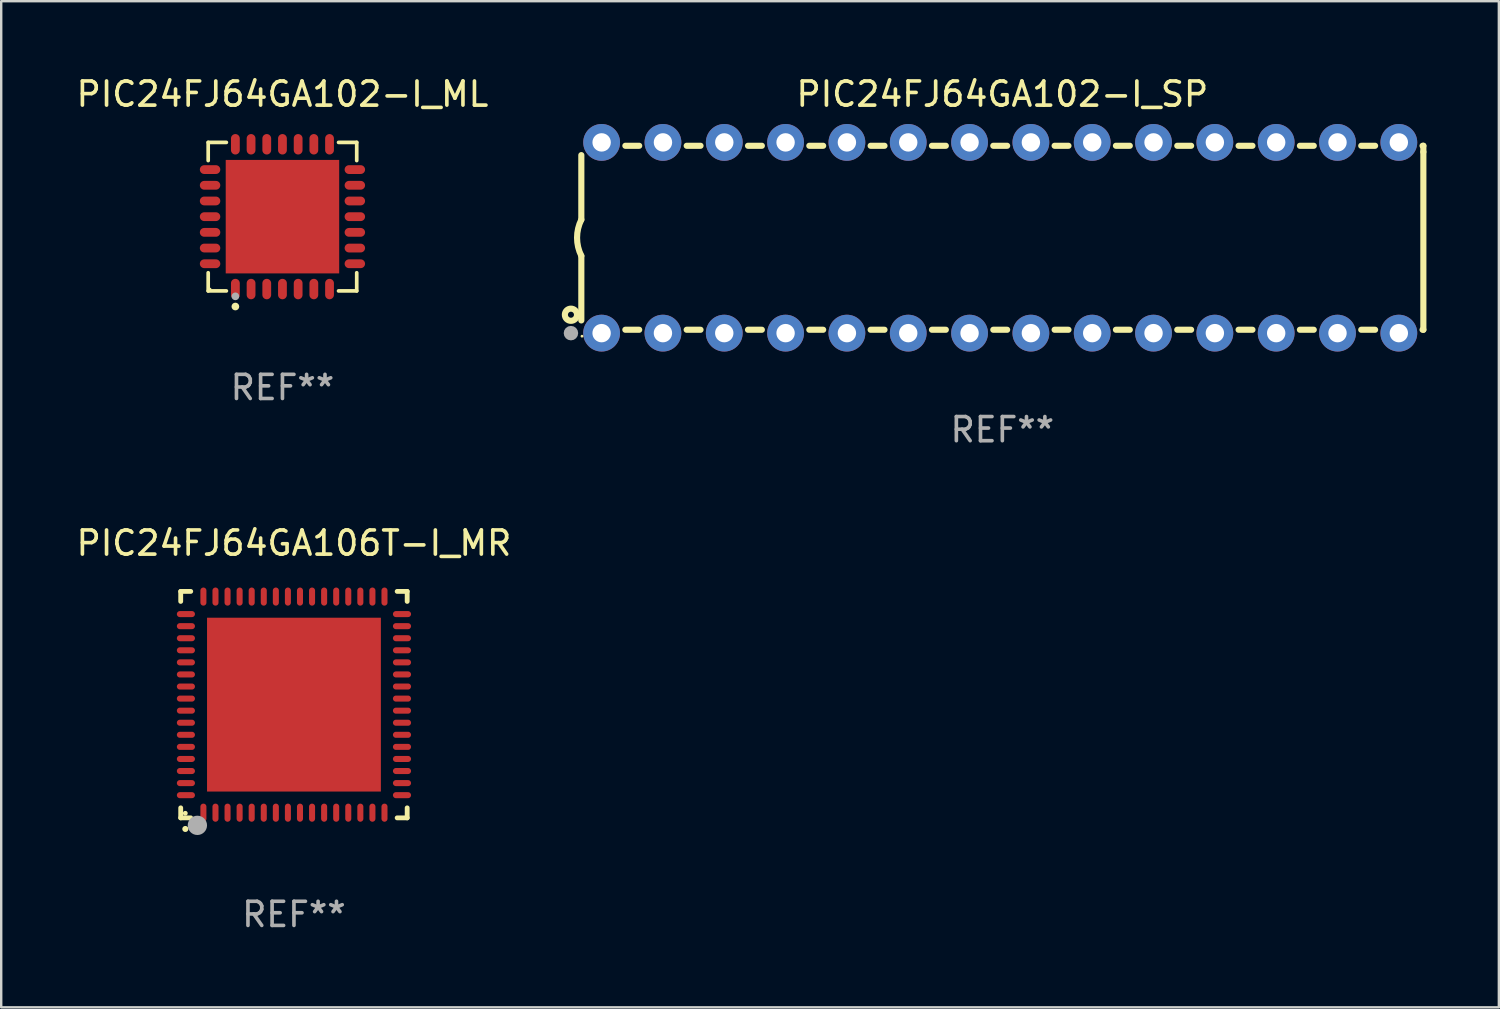
<source format=kicad_pcb>
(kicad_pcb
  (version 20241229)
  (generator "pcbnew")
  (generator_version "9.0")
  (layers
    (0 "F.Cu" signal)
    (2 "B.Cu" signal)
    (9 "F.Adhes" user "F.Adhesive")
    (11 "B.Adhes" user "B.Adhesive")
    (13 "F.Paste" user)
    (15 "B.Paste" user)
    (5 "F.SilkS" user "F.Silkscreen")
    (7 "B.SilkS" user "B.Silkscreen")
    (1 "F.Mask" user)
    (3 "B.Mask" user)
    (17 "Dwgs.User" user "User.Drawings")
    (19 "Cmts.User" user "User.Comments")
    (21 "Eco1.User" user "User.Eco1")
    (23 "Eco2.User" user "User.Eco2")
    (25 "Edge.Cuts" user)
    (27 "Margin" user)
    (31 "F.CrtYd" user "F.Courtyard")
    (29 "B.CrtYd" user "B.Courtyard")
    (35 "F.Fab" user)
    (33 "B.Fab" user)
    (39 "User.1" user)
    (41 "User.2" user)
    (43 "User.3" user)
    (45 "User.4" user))
  (footprint "PIC24FJ64GA102-I_ML"
    (layer "F.Cu")
    (at 8.649 5.924)
    (property "Reference" "PIC24FJ64GA102-I_ML" (at 0 -5.076 0) (layer "F.SilkS") (effects (font (size 1 1) (thickness 0.15))))
    (attr through_hole)
    (fp_line (start -3.076 -3.076) (end -2.323 -3.076) (stroke (width 0.152) (type solid)) (layer "F.SilkS"))
    (fp_line (start -3.076 -2.323) (end -3.076 -3.076) (stroke (width 0.152) (type solid)) (layer "F.SilkS"))
    (fp_line (start -3.076 2.323) (end -3.076 3.076) (stroke (width 0.152) (type solid)) (layer "F.SilkS"))
    (fp_line (start -3.076 3.076) (end -2.323 3.076) (stroke (width 0.152) (type solid)) (layer "F.SilkS"))
    (fp_line (start 3.076 -3.076) (end 2.323 -3.076) (stroke (width 0.152) (type solid)) (layer "F.SilkS"))
    (fp_line (start 3.076 -2.323) (end 3.076 -3.076) (stroke (width 0.152) (type solid)) (layer "F.SilkS"))
    (fp_line (start 3.076 2.323) (end 3.076 3.076) (stroke (width 0.152) (type solid)) (layer "F.SilkS"))
    (fp_line (start 3.076 3.076) (end 2.323 3.076) (stroke (width 0.152) (type solid)) (layer "F.SilkS"))
    (fp_circle (center -3 3) (end -2.97 3) (stroke (width 0.06) (type solid)) (fill no) (layer "F.SilkS"))
    (fp_circle (center -1.95 3.722) (end -1.87 3.722) (stroke (width 0.16) (type solid)) (fill no) (layer "F.SilkS"))
    (fp_circle (center -1.95 3.3) (end -1.87 3.3) (stroke (width 0.16) (type solid)) (fill no) (layer "F.Fab"))
    (fp_text user "REF**" (at 0 7.076 0) (layer "F.Fab") (effects (font (size 1 1) (thickness 0.15))))
    (pad "1" smd oval (at -1.95 2.998) (size 0.364 0.847) (layers "F.Cu" "F.Mask" "F.Paste"))
    (pad "2" smd oval (at -1.3 2.998) (size 0.364 0.847) (layers "F.Cu" "F.Mask" "F.Paste"))
    (pad "3" smd oval (at -0.65 2.998) (size 0.364 0.847) (layers "F.Cu" "F.Mask" "F.Paste"))
    (pad "4" smd oval (at 0 2.998) (size 0.364 0.847) (layers "F.Cu" "F.Mask" "F.Paste"))
    (pad "5" smd oval (at 0.65 2.998) (size 0.364 0.847) (layers "F.Cu" "F.Mask" "F.Paste"))
    (pad "6" smd oval (at 1.3 2.998) (size 0.364 0.847) (layers "F.Cu" "F.Mask" "F.Paste"))
    (pad "7" smd oval (at 1.95 2.998) (size 0.364 0.847) (layers "F.Cu" "F.Mask" "F.Paste"))
    (pad "8" smd oval (at 2.998 1.95) (size 0.847 0.364) (layers "F.Cu" "F.Mask" "F.Paste"))
    (pad "9" smd oval (at 2.998 1.3) (size 0.847 0.364) (layers "F.Cu" "F.Mask" "F.Paste"))
    (pad "10" smd oval (at 2.998 0.65) (size 0.847 0.364) (layers "F.Cu" "F.Mask" "F.Paste"))
    (pad "11" smd oval (at 2.998 0) (size 0.847 0.364) (layers "F.Cu" "F.Mask" "F.Paste"))
    (pad "12" smd oval (at 2.998 -0.65) (size 0.847 0.364) (layers "F.Cu" "F.Mask" "F.Paste"))
    (pad "13" smd oval (at 2.998 -1.3) (size 0.847 0.364) (layers "F.Cu" "F.Mask" "F.Paste"))
    (pad "14" smd oval (at 2.998 -1.95) (size 0.847 0.364) (layers "F.Cu" "F.Mask" "F.Paste"))
    (pad "15" smd oval (at 1.95 -2.998) (size 0.364 0.847) (layers "F.Cu" "F.Mask" "F.Paste"))
    (pad "16" smd oval (at 1.3 -2.998) (size 0.364 0.847) (layers "F.Cu" "F.Mask" "F.Paste"))
    (pad "17" smd oval (at 0.65 -2.998) (size 0.364 0.847) (layers "F.Cu" "F.Mask" "F.Paste"))
    (pad "18" smd oval (at 0 -2.998) (size 0.364 0.847) (layers "F.Cu" "F.Mask" "F.Paste"))
    (pad "19" smd oval (at -0.65 -2.998) (size 0.364 0.847) (layers "F.Cu" "F.Mask" "F.Paste"))
    (pad "20" smd oval (at -1.3 -2.998) (size 0.364 0.847) (layers "F.Cu" "F.Mask" "F.Paste"))
    (pad "21" smd oval (at -1.95 -2.998) (size 0.364 0.847) (layers "F.Cu" "F.Mask" "F.Paste"))
    (pad "22" smd oval (at -2.998 -1.95) (size 0.847 0.364) (layers "F.Cu" "F.Mask" "F.Paste"))
    (pad "23" smd oval (at -2.998 -1.3) (size 0.847 0.364) (layers "F.Cu" "F.Mask" "F.Paste"))
    (pad "24" smd oval (at -2.998 -0.65) (size 0.847 0.364) (layers "F.Cu" "F.Mask" "F.Paste"))
    (pad "25" smd oval (at -2.998 0) (size 0.847 0.364) (layers "F.Cu" "F.Mask" "F.Paste"))
    (pad "26" smd oval (at -2.998 0.65) (size 0.847 0.364) (layers "F.Cu" "F.Mask" "F.Paste"))
    (pad "27" smd oval (at -2.998 1.3) (size 0.847 0.364) (layers "F.Cu" "F.Mask" "F.Paste"))
    (pad "28" smd oval (at -2.998 1.95) (size 0.847 0.364) (layers "F.Cu" "F.Mask" "F.Paste"))
    (pad "29" smd rect (at 0 0) (size 4.7 4.7) (layers "F.Cu" "F.Mask" "F.Paste")))
  (footprint "PIC24FJ64GA102-I_SP"
    (layer "F.Cu")
    (at 38.466 6.798)
    (property "Reference" "PIC24FJ64GA102-I_SP" (at 0 -5.95 0) (layer "F.SilkS") (effects (font (size 1 1) (thickness 0.15))))
    (attr through_hole)
    (fp_line (start -17.438 0.75) (end -17.438 3.423) (stroke (width 0.254) (type solid)) (layer "F.SilkS"))
    (fp_line (start -17.438 -3.423) (end -17.438 -0.75) (stroke (width 0.254) (type solid)) (layer "F.SilkS"))
    (fp_line (start -15.615 3.81) (end -15.041 3.81) (stroke (width 0.254) (type solid)) (layer "F.SilkS"))
    (fp_line (start -15.041 -3.81) (end -15.614 -3.81) (stroke (width 0.254) (type solid)) (layer "F.SilkS"))
    (fp_line (start -13.075 3.81) (end -12.501 3.81) (stroke (width 0.254) (type solid)) (layer "F.SilkS"))
    (fp_line (start -12.501 -3.81) (end -13.074 -3.81) (stroke (width 0.254) (type solid)) (layer "F.SilkS"))
    (fp_line (start -10.535 3.81) (end -9.961 3.81) (stroke (width 0.254) (type solid)) (layer "F.SilkS"))
    (fp_line (start -9.961 -3.81) (end -10.534 -3.81) (stroke (width 0.254) (type solid)) (layer "F.SilkS"))
    (fp_line (start -7.995 3.81) (end -7.421 3.81) (stroke (width 0.254) (type solid)) (layer "F.SilkS"))
    (fp_line (start -7.421 -3.81) (end -7.995 -3.81) (stroke (width 0.254) (type solid)) (layer "F.SilkS"))
    (fp_line (start -5.455 3.81) (end -4.881 3.81) (stroke (width 0.254) (type solid)) (layer "F.SilkS"))
    (fp_line (start -4.881 -3.81) (end -5.455 -3.81) (stroke (width 0.254) (type solid)) (layer "F.SilkS"))
    (fp_line (start -2.915 3.81) (end -2.341 3.81) (stroke (width 0.254) (type solid)) (layer "F.SilkS"))
    (fp_line (start -2.341 -3.81) (end -2.915 -3.81) (stroke (width 0.254) (type solid)) (layer "F.SilkS"))
    (fp_line (start -0.375 3.81) (end 0.199 3.81) (stroke (width 0.254) (type solid)) (layer "F.SilkS"))
    (fp_line (start 0.199 -3.81) (end -0.375 -3.81) (stroke (width 0.254) (type solid)) (layer "F.SilkS"))
    (fp_line (start 2.165 3.81) (end 2.739 3.81) (stroke (width 0.254) (type solid)) (layer "F.SilkS"))
    (fp_line (start 2.739 -3.81) (end 2.165 -3.81) (stroke (width 0.254) (type solid)) (layer "F.SilkS"))
    (fp_line (start 4.705 3.81) (end 5.279 3.81) (stroke (width 0.254) (type solid)) (layer "F.SilkS"))
    (fp_line (start 5.279 -3.81) (end 4.705 -3.81) (stroke (width 0.254) (type solid)) (layer "F.SilkS"))
    (fp_line (start 7.245 3.81) (end 7.819 3.81) (stroke (width 0.254) (type solid)) (layer "F.SilkS"))
    (fp_line (start 7.819 -3.81) (end 7.245 -3.81) (stroke (width 0.254) (type solid)) (layer "F.SilkS"))
    (fp_line (start 9.785 3.81) (end 10.359 3.81) (stroke (width 0.254) (type solid)) (layer "F.SilkS"))
    (fp_line (start 10.359 -3.81) (end 9.785 -3.81) (stroke (width 0.254) (type solid)) (layer "F.SilkS"))
    (fp_line (start 12.325 3.81) (end 12.899 3.81) (stroke (width 0.254) (type solid)) (layer "F.SilkS"))
    (fp_line (start 12.899 -3.81) (end 12.325 -3.81) (stroke (width 0.254) (type solid)) (layer "F.SilkS"))
    (fp_line (start 14.865 3.81) (end 15.439 3.81) (stroke (width 0.254) (type solid)) (layer "F.SilkS"))
    (fp_line (start 15.439 -3.81) (end 14.865 -3.81) (stroke (width 0.254) (type solid)) (layer "F.SilkS"))
    (fp_line (start 17.405 3.81) (end 17.438 3.81) (stroke (width 0.254) (type solid)) (layer "F.SilkS"))
    (fp_line (start 17.438 -3.81) (end 17.405 -3.81) (stroke (width 0.254) (type solid)) (layer "F.SilkS"))
    (fp_line (start 17.438 -3.556) (end 17.438 -3.81) (stroke (width 0.254) (type solid)) (layer "F.SilkS"))
    (fp_line (start 17.438 3.81) (end 17.438 -3.556) (stroke (width 0.254) (type solid)) (layer "F.SilkS"))
    (fp_arc (start -17.437986 0.749657) (mid -17.614887 -0.000024) (end -17.437783 -0.749657) (stroke (width 0.254001) (type solid)) (layer "F.SilkS"))
    (fp_circle (center -17.868 3.188) (end -17.743 3.188) (stroke (width 0.254) (type solid)) (fill no) (layer "F.SilkS"))
    (fp_circle (center -17.411 4.077) (end -17.381 4.077) (stroke (width 0.06) (type solid)) (fill no) (layer "F.SilkS"))
    (fp_circle (center -17.868 3.95) (end -17.718 3.95) (stroke (width 0.3) (type solid)) (fill no) (layer "F.Fab"))
    (fp_text user "REF**" (at 0 7.95 0) (layer "F.Fab") (effects (font (size 1 1) (thickness 0.15))))
    (pad "1" thru_hole circle (at -16.598 3.95) (size 1.524 1.524) (drill 0.762) (layers "*.Cu" "*.Mask"))
    (pad "2" thru_hole circle (at -14.058 3.95) (size 1.524 1.524) (drill 0.762) (layers "*.Cu" "*.Mask"))
    (pad "3" thru_hole circle (at -11.518 3.95) (size 1.524 1.524) (drill 0.762) (layers "*.Cu" "*.Mask"))
    (pad "4" thru_hole circle (at -8.978 3.95) (size 1.524 1.524) (drill 0.762) (layers "*.Cu" "*.Mask"))
    (pad "5" thru_hole circle (at -6.438 3.95) (size 1.524 1.524) (drill 0.762) (layers "*.Cu" "*.Mask"))
    (pad "6" thru_hole circle (at -3.898 3.95) (size 1.524 1.524) (drill 0.762) (layers "*.Cu" "*.Mask"))
    (pad "7" thru_hole circle (at -1.358 3.95) (size 1.524 1.524) (drill 0.762) (layers "*.Cu" "*.Mask"))
    (pad "8" thru_hole circle (at 1.182 3.95) (size 1.524 1.524) (drill 0.762) (layers "*.Cu" "*.Mask"))
    (pad "9" thru_hole circle (at 3.722 3.95) (size 1.524 1.524) (drill 0.762) (layers "*.Cu" "*.Mask"))
    (pad "10" thru_hole circle (at 6.262 3.95) (size 1.524 1.524) (drill 0.762) (layers "*.Cu" "*.Mask"))
    (pad "11" thru_hole circle (at 8.802 3.95) (size 1.524 1.524) (drill 0.762) (layers "*.Cu" "*.Mask"))
    (pad "12" thru_hole circle (at 11.342 3.95) (size 1.524 1.524) (drill 0.762) (layers "*.Cu" "*.Mask"))
    (pad "13" thru_hole circle (at 13.882 3.95) (size 1.524 1.524) (drill 0.762) (layers "*.Cu" "*.Mask"))
    (pad "14" thru_hole circle (at 16.422 3.95) (size 1.524 1.524) (drill 0.762) (layers "*.Cu" "*.Mask"))
    (pad "15" thru_hole circle (at 16.422 -3.95) (size 1.524 1.524) (drill 0.762) (layers "*.Cu" "*.Mask"))
    (pad "16" thru_hole circle (at 13.882 -3.95) (size 1.524 1.524) (drill 0.762) (layers "*.Cu" "*.Mask"))
    (pad "17" thru_hole circle (at 11.342 -3.95) (size 1.524 1.524) (drill 0.762) (layers "*.Cu" "*.Mask"))
    (pad "18" thru_hole circle (at 8.802 -3.95) (size 1.524 1.524) (drill 0.762) (layers "*.Cu" "*.Mask"))
    (pad "19" thru_hole circle (at 6.262 -3.95) (size 1.524 1.524) (drill 0.762) (layers "*.Cu" "*.Mask"))
    (pad "20" thru_hole circle (at 3.722 -3.95) (size 1.524 1.524) (drill 0.762) (layers "*.Cu" "*.Mask"))
    (pad "21" thru_hole circle (at 1.182 -3.95) (size 1.524 1.524) (drill 0.762) (layers "*.Cu" "*.Mask"))
    (pad "22" thru_hole circle (at -1.358 -3.95) (size 1.524 1.524) (drill 0.762) (layers "*.Cu" "*.Mask"))
    (pad "23" thru_hole circle (at -3.898 -3.95) (size 1.524 1.524) (drill 0.762) (layers "*.Cu" "*.Mask"))
    (pad "24" thru_hole circle (at -6.438 -3.95) (size 1.524 1.524) (drill 0.762) (layers "*.Cu" "*.Mask"))
    (pad "25" thru_hole circle (at -8.978 -3.95) (size 1.524 1.524) (drill 0.762) (layers "*.Cu" "*.Mask"))
    (pad "26" thru_hole circle (at -11.517 -3.95) (size 1.524 1.524) (drill 0.762) (layers "*.Cu" "*.Mask"))
    (pad "27" thru_hole circle (at -14.057 -3.95) (size 1.524 1.524) (drill 0.762) (layers "*.Cu" "*.Mask"))
    (pad "28" thru_hole circle (at -16.597 -3.95) (size 1.524 1.524) (drill 0.762) (layers "*.Cu" "*.Mask")))
  (footprint "PIC24FJ64GA106T-I_MR"
    (layer "F.Cu")
    (at 9.125 26.135)
    (property "Reference" "PIC24FJ64GA106T-I_MR" (at 0 -6.69 0) (layer "F.SilkS") (effects (font (size 1 1) (thickness 0.15))))
    (attr through_hole)
    (fp_line (start -4.69 -4.69) (end -4.275 -4.69) (stroke (width 0.2) (type solid)) (layer "F.SilkS"))
    (fp_line (start -4.69 -4.275) (end -4.69 -4.69) (stroke (width 0.2) (type solid)) (layer "F.SilkS"))
    (fp_line (start -4.69 4.69) (end -4.69 4.275) (stroke (width 0.2) (type solid)) (layer "F.SilkS"))
    (fp_line (start -4.275 4.69) (end -4.69 4.69) (stroke (width 0.2) (type solid)) (layer "F.SilkS"))
    (fp_line (start 4.275 4.69) (end 4.69 4.69) (stroke (width 0.2) (type solid)) (layer "F.SilkS"))
    (fp_line (start 4.69 -4.69) (end 4.275 -4.69) (stroke (width 0.2) (type solid)) (layer "F.SilkS"))
    (fp_line (start 4.69 -4.275) (end 4.69 -4.69) (stroke (width 0.2) (type solid)) (layer "F.SilkS"))
    (fp_line (start 4.69 4.69) (end 4.69 4.275) (stroke (width 0.2) (type solid)) (layer "F.SilkS"))
    (fp_arc (start -4.499886 5.15) (mid -4.498616 5.149994) (end -4.497346 5.15) (stroke (width 0.24892) (type solid)) (layer "F.SilkS"))
    (fp_circle (center -4.5 4.5) (end -4.45 4.5) (stroke (width 0.1) (type solid)) (fill no) (layer "F.SilkS"))
    (fp_circle (center -4 5) (end -3.8 5) (stroke (width 0.4) (type solid)) (fill no) (layer "F.Fab"))
    (fp_text user "REF**" (at 0 8.69 0) (layer "F.Fab") (effects (font (size 1 1) (thickness 0.15))))
    (pad "1" smd oval (at -3.75 4.475) (size 0.25 0.75) (layers "F.Cu" "F.Mask" "F.Paste"))
    (pad "2" smd oval (at -3.25 4.475) (size 0.25 0.75) (layers "F.Cu" "F.Mask" "F.Paste"))
    (pad "3" smd oval (at -2.75 4.475) (size 0.25 0.75) (layers "F.Cu" "F.Mask" "F.Paste"))
    (pad "4" smd oval (at -2.25 4.475) (size 0.25 0.75) (layers "F.Cu" "F.Mask" "F.Paste"))
    (pad "5" smd oval (at -1.75 4.475) (size 0.25 0.75) (layers "F.Cu" "F.Mask" "F.Paste"))
    (pad "6" smd oval (at -1.25 4.475) (size 0.25 0.75) (layers "F.Cu" "F.Mask" "F.Paste"))
    (pad "7" smd oval (at -0.75 4.475) (size 0.25 0.75) (layers "F.Cu" "F.Mask" "F.Paste"))
    (pad "8" smd oval (at -0.25 4.475) (size 0.25 0.75) (layers "F.Cu" "F.Mask" "F.Paste"))
    (pad "9" smd oval (at 0.25 4.475) (size 0.25 0.75) (layers "F.Cu" "F.Mask" "F.Paste"))
    (pad "10" smd oval (at 0.75 4.475) (size 0.25 0.75) (layers "F.Cu" "F.Mask" "F.Paste"))
    (pad "11" smd oval (at 1.25 4.475) (size 0.25 0.75) (layers "F.Cu" "F.Mask" "F.Paste"))
    (pad "12" smd oval (at 1.75 4.475) (size 0.25 0.75) (layers "F.Cu" "F.Mask" "F.Paste"))
    (pad "13" smd oval (at 2.25 4.475) (size 0.25 0.75) (layers "F.Cu" "F.Mask" "F.Paste"))
    (pad "14" smd oval (at 2.75 4.475) (size 0.25 0.75) (layers "F.Cu" "F.Mask" "F.Paste"))
    (pad "15" smd oval (at 3.25 4.475) (size 0.25 0.75) (layers "F.Cu" "F.Mask" "F.Paste"))
    (pad "16" smd oval (at 3.75 4.475) (size 0.25 0.75) (layers "F.Cu" "F.Mask" "F.Paste"))
    (pad "17" smd oval (at 4.475 3.75) (size 0.75 0.25) (layers "F.Cu" "F.Mask" "F.Paste"))
    (pad "18" smd oval (at 4.475 3.25) (size 0.75 0.25) (layers "F.Cu" "F.Mask" "F.Paste"))
    (pad "19" smd oval (at 4.475 2.75) (size 0.75 0.25) (layers "F.Cu" "F.Mask" "F.Paste"))
    (pad "20" smd oval (at 4.475 2.25) (size 0.75 0.25) (layers "F.Cu" "F.Mask" "F.Paste"))
    (pad "21" smd oval (at 4.475 1.75) (size 0.75 0.25) (layers "F.Cu" "F.Mask" "F.Paste"))
    (pad "22" smd oval (at 4.475 1.25) (size 0.75 0.25) (layers "F.Cu" "F.Mask" "F.Paste"))
    (pad "23" smd oval (at 4.475 0.75) (size 0.75 0.25) (layers "F.Cu" "F.Mask" "F.Paste"))
    (pad "24" smd oval (at 4.475 0.25) (size 0.75 0.25) (layers "F.Cu" "F.Mask" "F.Paste"))
    (pad "25" smd oval (at 4.475 -0.25) (size 0.75 0.25) (layers "F.Cu" "F.Mask" "F.Paste"))
    (pad "26" smd oval (at 4.475 -0.75) (size 0.75 0.25) (layers "F.Cu" "F.Mask" "F.Paste"))
    (pad "27" smd oval (at 4.475 -1.25) (size 0.75 0.25) (layers "F.Cu" "F.Mask" "F.Paste"))
    (pad "28" smd oval (at 4.475 -1.75) (size 0.75 0.25) (layers "F.Cu" "F.Mask" "F.Paste"))
    (pad "29" smd oval (at 4.475 -2.25) (size 0.75 0.25) (layers "F.Cu" "F.Mask" "F.Paste"))
    (pad "30" smd oval (at 4.475 -2.75) (size 0.75 0.25) (layers "F.Cu" "F.Mask" "F.Paste"))
    (pad "31" smd oval (at 4.475 -3.25) (size 0.75 0.25) (layers "F.Cu" "F.Mask" "F.Paste"))
    (pad "32" smd oval (at 4.475 -3.75) (size 0.75 0.25) (layers "F.Cu" "F.Mask" "F.Paste"))
    (pad "33" smd oval (at 3.75 -4.475) (size 0.25 0.75) (layers "F.Cu" "F.Mask" "F.Paste"))
    (pad "34" smd oval (at 3.25 -4.475) (size 0.25 0.75) (layers "F.Cu" "F.Mask" "F.Paste"))
    (pad "35" smd oval (at 2.75 -4.475) (size 0.25 0.75) (layers "F.Cu" "F.Mask" "F.Paste"))
    (pad "36" smd oval (at 2.25 -4.475) (size 0.25 0.75) (layers "F.Cu" "F.Mask" "F.Paste"))
    (pad "37" smd oval (at 1.75 -4.475) (size 0.25 0.75) (layers "F.Cu" "F.Mask" "F.Paste"))
    (pad "38" smd oval (at 1.25 -4.475) (size 0.25 0.75) (layers "F.Cu" "F.Mask" "F.Paste"))
    (pad "39" smd oval (at 0.75 -4.475) (size 0.25 0.75) (layers "F.Cu" "F.Mask" "F.Paste"))
    (pad "40" smd oval (at 0.25 -4.475) (size 0.25 0.75) (layers "F.Cu" "F.Mask" "F.Paste"))
    (pad "41" smd oval (at -0.25 -4.475) (size 0.25 0.75) (layers "F.Cu" "F.Mask" "F.Paste"))
    (pad "42" smd oval (at -0.75 -4.475) (size 0.25 0.75) (layers "F.Cu" "F.Mask" "F.Paste"))
    (pad "43" smd oval (at -1.25 -4.475) (size 0.25 0.75) (layers "F.Cu" "F.Mask" "F.Paste"))
    (pad "44" smd oval (at -1.75 -4.475) (size 0.25 0.75) (layers "F.Cu" "F.Mask" "F.Paste"))
    (pad "45" smd oval (at -2.25 -4.475) (size 0.25 0.75) (layers "F.Cu" "F.Mask" "F.Paste"))
    (pad "46" smd oval (at -2.75 -4.475) (size 0.25 0.75) (layers "F.Cu" "F.Mask" "F.Paste"))
    (pad "47" smd oval (at -3.25 -4.475) (size 0.25 0.75) (layers "F.Cu" "F.Mask" "F.Paste"))
    (pad "48" smd oval (at -3.75 -4.475) (size 0.25 0.75) (layers "F.Cu" "F.Mask" "F.Paste"))
    (pad "49" smd oval (at -4.475 -3.75) (size 0.75 0.25) (layers "F.Cu" "F.Mask" "F.Paste"))
    (pad "50" smd oval (at -4.475 -3.25) (size 0.75 0.25) (layers "F.Cu" "F.Mask" "F.Paste"))
    (pad "51" smd oval (at -4.475 -2.75) (size 0.75 0.25) (layers "F.Cu" "F.Mask" "F.Paste"))
    (pad "52" smd oval (at -4.475 -2.25) (size 0.75 0.25) (layers "F.Cu" "F.Mask" "F.Paste"))
    (pad "53" smd oval (at -4.475 -1.75) (size 0.75 0.25) (layers "F.Cu" "F.Mask" "F.Paste"))
    (pad "54" smd oval (at -4.475 -1.25) (size 0.75 0.25) (layers "F.Cu" "F.Mask" "F.Paste"))
    (pad "55" smd oval (at -4.475 -0.75) (size 0.75 0.25) (layers "F.Cu" "F.Mask" "F.Paste"))
    (pad "56" smd oval (at -4.475 -0.25) (size 0.75 0.25) (layers "F.Cu" "F.Mask" "F.Paste"))
    (pad "57" smd oval (at -4.475 0.25) (size 0.75 0.25) (layers "F.Cu" "F.Mask" "F.Paste"))
    (pad "58" smd oval (at -4.475 0.75) (size 0.75 0.25) (layers "F.Cu" "F.Mask" "F.Paste"))
    (pad "59" smd oval (at -4.475 1.25) (size 0.75 0.25) (layers "F.Cu" "F.Mask" "F.Paste"))
    (pad "60" smd oval (at -4.475 1.75) (size 0.75 0.25) (layers "F.Cu" "F.Mask" "F.Paste"))
    (pad "61" smd oval (at -4.475 2.25) (size 0.75 0.25) (layers "F.Cu" "F.Mask" "F.Paste"))
    (pad "62" smd oval (at -4.475 2.75) (size 0.75 0.25) (layers "F.Cu" "F.Mask" "F.Paste"))
    (pad "63" smd oval (at -4.475 3.25) (size 0.75 0.25) (layers "F.Cu" "F.Mask" "F.Paste"))
    (pad "64" smd oval (at -4.475 3.75) (size 0.75 0.25) (layers "F.Cu" "F.Mask" "F.Paste"))
    (pad "65" smd rect (at 0.000368 0.000013) (size 7.2 7.2) (layers "F.Cu" "F.Mask" "F.Paste")))
  (gr_rect
    (start -3 -3)
    (end 59.031 38.673)
    (stroke (width 0.1) (type default))
    (fill no)
    (layer "Edge.Cuts")))
</source>
